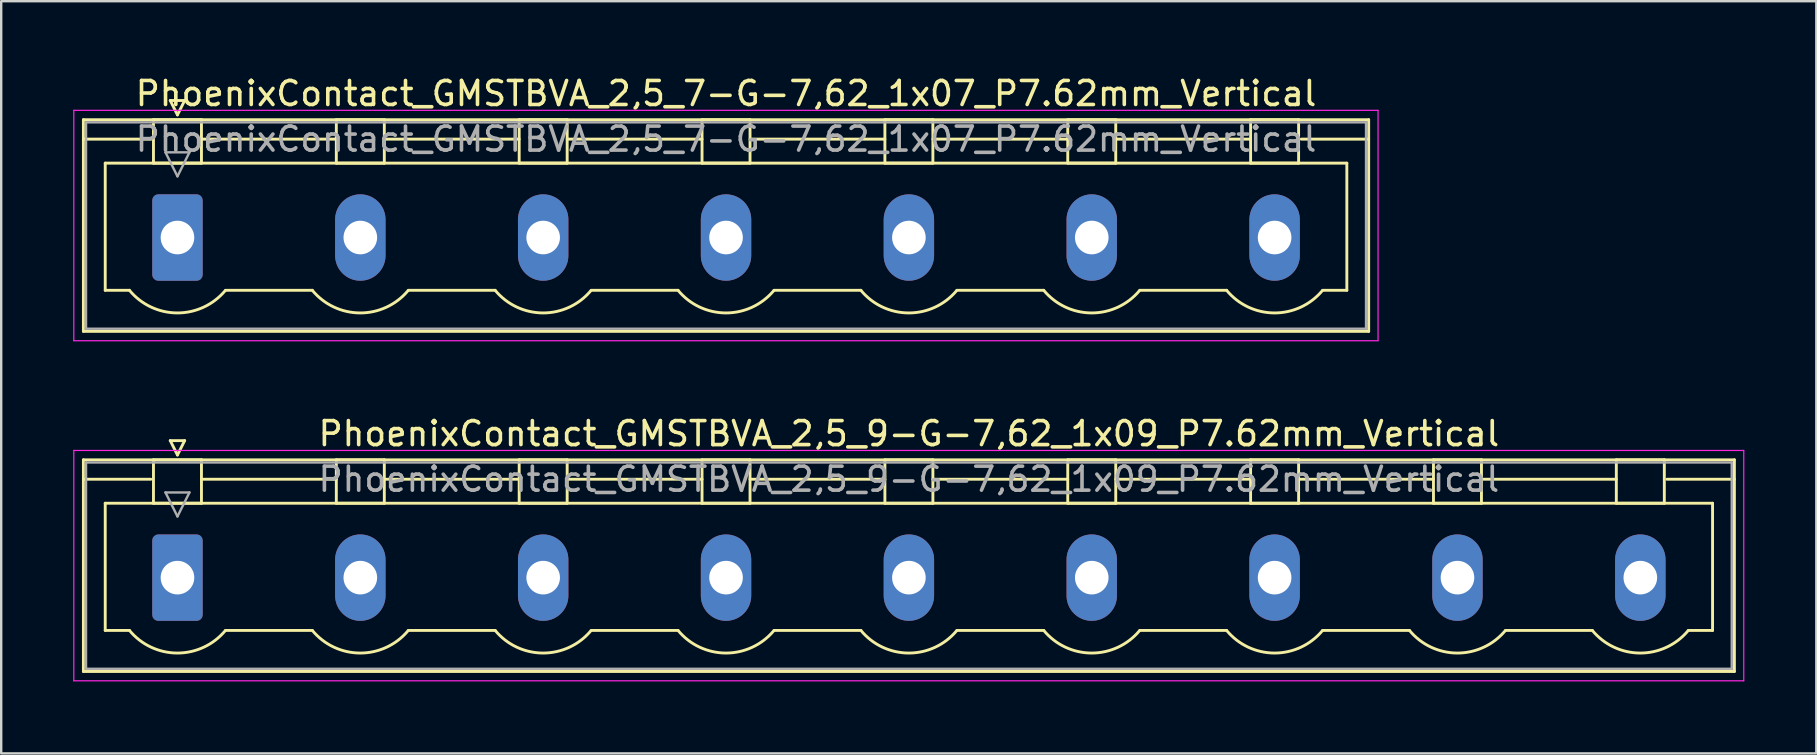
<source format=kicad_pcb>
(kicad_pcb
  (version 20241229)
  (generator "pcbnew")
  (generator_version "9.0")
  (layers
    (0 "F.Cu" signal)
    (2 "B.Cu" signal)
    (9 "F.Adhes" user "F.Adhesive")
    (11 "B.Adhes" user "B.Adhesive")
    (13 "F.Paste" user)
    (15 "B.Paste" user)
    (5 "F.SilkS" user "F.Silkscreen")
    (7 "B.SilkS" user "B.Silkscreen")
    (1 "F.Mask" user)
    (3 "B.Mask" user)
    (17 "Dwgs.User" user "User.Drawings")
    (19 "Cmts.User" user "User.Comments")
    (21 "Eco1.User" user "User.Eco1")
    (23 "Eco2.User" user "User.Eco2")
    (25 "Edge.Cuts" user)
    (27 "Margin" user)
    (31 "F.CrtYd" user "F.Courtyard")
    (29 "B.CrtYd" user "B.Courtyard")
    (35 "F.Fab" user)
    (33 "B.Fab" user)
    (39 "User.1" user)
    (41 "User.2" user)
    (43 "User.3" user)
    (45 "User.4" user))
  (footprint "PhoenixContact_GMSTBVA_2,5_9-G-7,62_1x09_P7.62mm_Vertical"
    (layer "F.Cu")
    (at 4.345 21.021)
    (property "Reference" "PhoenixContact_GMSTBVA_2,5_9-G-7,62_1x09_P7.62mm_Vertical" (at 30.48 -6 0) (layer "F.SilkS") (effects (font (size 1 1) (thickness 0.15))))
    (attr through_hole)
    (fp_line (start -3.92 -4.91) (end -3.92 3.91) (stroke (width 0.12) (type solid)) (layer "F.SilkS"))
    (fp_line (start -3.92 -4.1) (end -1.11 -4.1) (stroke (width 0.12) (type solid)) (layer "F.SilkS"))
    (fp_line (start -3.92 3.91) (end 64.88 3.91) (stroke (width 0.12) (type solid)) (layer "F.SilkS"))
    (fp_line (start -3.01 -3.1) (end 63.97 -3.1) (stroke (width 0.12) (type solid)) (layer "F.SilkS"))
    (fp_line (start -3.01 2.2) (end -3.01 -3.1) (stroke (width 0.12) (type solid)) (layer "F.SilkS"))
    (fp_line (start -2 2.2) (end -3.01 2.2) (stroke (width 0.12) (type solid)) (layer "F.SilkS"))
    (fp_line (start -1 -4.91) (end 1 -4.91) (stroke (width 0.12) (type solid)) (layer "F.SilkS"))
    (fp_line (start -1 -3.1) (end -1 -4.91) (stroke (width 0.12) (type solid)) (layer "F.SilkS"))
    (fp_line (start -0.3 -5.71) (end 0.3 -5.71) (stroke (width 0.12) (type solid)) (layer "F.SilkS"))
    (fp_line (start 0 -5.11) (end -0.3 -5.71) (stroke (width 0.12) (type solid)) (layer "F.SilkS"))
    (fp_line (start 0.3 -5.71) (end 0 -5.11) (stroke (width 0.12) (type solid)) (layer "F.SilkS"))
    (fp_line (start 1 -4.91) (end 1 -3.1) (stroke (width 0.12) (type solid)) (layer "F.SilkS"))
    (fp_line (start 1 -4.1) (end 6.62 -4.1) (stroke (width 0.12) (type solid)) (layer "F.SilkS"))
    (fp_line (start 1 -3.1) (end -1 -3.1) (stroke (width 0.12) (type solid)) (layer "F.SilkS"))
    (fp_line (start 2 2.2) (end 5.62 2.2) (stroke (width 0.12) (type solid)) (layer "F.SilkS"))
    (fp_line (start 6.62 -4.91) (end 8.62 -4.91) (stroke (width 0.12) (type solid)) (layer "F.SilkS"))
    (fp_line (start 6.62 -3.1) (end 6.62 -4.91) (stroke (width 0.12) (type solid)) (layer "F.SilkS"))
    (fp_line (start 8.62 -4.91) (end 8.62 -3.1) (stroke (width 0.12) (type solid)) (layer "F.SilkS"))
    (fp_line (start 8.62 -4.1) (end 14.24 -4.1) (stroke (width 0.12) (type solid)) (layer "F.SilkS"))
    (fp_line (start 8.62 -3.1) (end 6.62 -3.1) (stroke (width 0.12) (type solid)) (layer "F.SilkS"))
    (fp_line (start 9.62 2.2) (end 13.24 2.2) (stroke (width 0.12) (type solid)) (layer "F.SilkS"))
    (fp_line (start 14.24 -4.91) (end 16.24 -4.91) (stroke (width 0.12) (type solid)) (layer "F.SilkS"))
    (fp_line (start 14.24 -3.1) (end 14.24 -4.91) (stroke (width 0.12) (type solid)) (layer "F.SilkS"))
    (fp_line (start 16.24 -4.91) (end 16.24 -3.1) (stroke (width 0.12) (type solid)) (layer "F.SilkS"))
    (fp_line (start 16.24 -4.1) (end 21.86 -4.1) (stroke (width 0.12) (type solid)) (layer "F.SilkS"))
    (fp_line (start 16.24 -3.1) (end 14.24 -3.1) (stroke (width 0.12) (type solid)) (layer "F.SilkS"))
    (fp_line (start 17.24 2.2) (end 20.86 2.2) (stroke (width 0.12) (type solid)) (layer "F.SilkS"))
    (fp_line (start 21.86 -4.91) (end 23.86 -4.91) (stroke (width 0.12) (type solid)) (layer "F.SilkS"))
    (fp_line (start 21.86 -3.1) (end 21.86 -4.91) (stroke (width 0.12) (type solid)) (layer "F.SilkS"))
    (fp_line (start 23.86 -4.91) (end 23.86 -3.1) (stroke (width 0.12) (type solid)) (layer "F.SilkS"))
    (fp_line (start 23.86 -4.1) (end 29.48 -4.1) (stroke (width 0.12) (type solid)) (layer "F.SilkS"))
    (fp_line (start 23.86 -3.1) (end 21.86 -3.1) (stroke (width 0.12) (type solid)) (layer "F.SilkS"))
    (fp_line (start 24.86 2.2) (end 28.48 2.2) (stroke (width 0.12) (type solid)) (layer "F.SilkS"))
    (fp_line (start 29.48 -4.91) (end 31.48 -4.91) (stroke (width 0.12) (type solid)) (layer "F.SilkS"))
    (fp_line (start 29.48 -3.1) (end 29.48 -4.91) (stroke (width 0.12) (type solid)) (layer "F.SilkS"))
    (fp_line (start 31.48 -4.91) (end 31.48 -3.1) (stroke (width 0.12) (type solid)) (layer "F.SilkS"))
    (fp_line (start 31.48 -4.1) (end 37.1 -4.1) (stroke (width 0.12) (type solid)) (layer "F.SilkS"))
    (fp_line (start 31.48 -3.1) (end 29.48 -3.1) (stroke (width 0.12) (type solid)) (layer "F.SilkS"))
    (fp_line (start 32.48 2.2) (end 36.1 2.2) (stroke (width 0.12) (type solid)) (layer "F.SilkS"))
    (fp_line (start 37.1 -4.91) (end 39.1 -4.91) (stroke (width 0.12) (type solid)) (layer "F.SilkS"))
    (fp_line (start 37.1 -3.1) (end 37.1 -4.91) (stroke (width 0.12) (type solid)) (layer "F.SilkS"))
    (fp_line (start 39.1 -4.91) (end 39.1 -3.1) (stroke (width 0.12) (type solid)) (layer "F.SilkS"))
    (fp_line (start 39.1 -4.1) (end 44.72 -4.1) (stroke (width 0.12) (type solid)) (layer "F.SilkS"))
    (fp_line (start 39.1 -3.1) (end 37.1 -3.1) (stroke (width 0.12) (type solid)) (layer "F.SilkS"))
    (fp_line (start 40.1 2.2) (end 43.72 2.2) (stroke (width 0.12) (type solid)) (layer "F.SilkS"))
    (fp_line (start 44.72 -4.91) (end 46.72 -4.91) (stroke (width 0.12) (type solid)) (layer "F.SilkS"))
    (fp_line (start 44.72 -3.1) (end 44.72 -4.91) (stroke (width 0.12) (type solid)) (layer "F.SilkS"))
    (fp_line (start 46.72 -4.91) (end 46.72 -3.1) (stroke (width 0.12) (type solid)) (layer "F.SilkS"))
    (fp_line (start 46.72 -4.1) (end 52.34 -4.1) (stroke (width 0.12) (type solid)) (layer "F.SilkS"))
    (fp_line (start 46.72 -3.1) (end 44.72 -3.1) (stroke (width 0.12) (type solid)) (layer "F.SilkS"))
    (fp_line (start 47.72 2.2) (end 51.34 2.2) (stroke (width 0.12) (type solid)) (layer "F.SilkS"))
    (fp_line (start 52.34 -4.91) (end 54.34 -4.91) (stroke (width 0.12) (type solid)) (layer "F.SilkS"))
    (fp_line (start 52.34 -3.1) (end 52.34 -4.91) (stroke (width 0.12) (type solid)) (layer "F.SilkS"))
    (fp_line (start 54.34 -4.91) (end 54.34 -3.1) (stroke (width 0.12) (type solid)) (layer "F.SilkS"))
    (fp_line (start 54.34 -4.1) (end 59.96 -4.1) (stroke (width 0.12) (type solid)) (layer "F.SilkS"))
    (fp_line (start 54.34 -3.1) (end 52.34 -3.1) (stroke (width 0.12) (type solid)) (layer "F.SilkS"))
    (fp_line (start 55.34 2.2) (end 58.96 2.2) (stroke (width 0.12) (type solid)) (layer "F.SilkS"))
    (fp_line (start 59.96 -4.91) (end 61.96 -4.91) (stroke (width 0.12) (type solid)) (layer "F.SilkS"))
    (fp_line (start 59.96 -3.1) (end 59.96 -4.91) (stroke (width 0.12) (type solid)) (layer "F.SilkS"))
    (fp_line (start 61.96 -4.91) (end 61.96 -3.1) (stroke (width 0.12) (type solid)) (layer "F.SilkS"))
    (fp_line (start 61.96 -3.1) (end 59.96 -3.1) (stroke (width 0.12) (type solid)) (layer "F.SilkS"))
    (fp_line (start 63.97 -3.1) (end 63.97 2.2) (stroke (width 0.12) (type solid)) (layer "F.SilkS"))
    (fp_line (start 63.97 2.2) (end 62.96 2.2) (stroke (width 0.12) (type solid)) (layer "F.SilkS"))
    (fp_line (start 64.88 -4.91) (end -3.92 -4.91) (stroke (width 0.12) (type solid)) (layer "F.SilkS"))
    (fp_line (start 64.88 -4.1) (end 62.07 -4.1) (stroke (width 0.12) (type solid)) (layer "F.SilkS"))
    (fp_line (start 64.88 3.91) (end 64.88 -4.91) (stroke (width 0.12) (type solid)) (layer "F.SilkS"))
    (fp_arc (start 1.986842 2.215821) (mid -0.010289 3.142758) (end -2 2.2) (stroke (width 0.12) (type solid)) (layer "F.SilkS"))
    (fp_arc (start 9.606842 2.215821) (mid 7.609711 3.142758) (end 5.62 2.2) (stroke (width 0.12) (type solid)) (layer "F.SilkS"))
    (fp_arc (start 17.226842 2.215821) (mid 15.229711 3.142758) (end 13.24 2.2) (stroke (width 0.12) (type solid)) (layer "F.SilkS"))
    (fp_arc (start 24.846842 2.215821) (mid 22.849711 3.142758) (end 20.86 2.2) (stroke (width 0.12) (type solid)) (layer "F.SilkS"))
    (fp_arc (start 32.466842 2.215821) (mid 30.469711 3.142758) (end 28.48 2.2) (stroke (width 0.12) (type solid)) (layer "F.SilkS"))
    (fp_arc (start 40.086842 2.215821) (mid 38.089711 3.142758) (end 36.1 2.2) (stroke (width 0.12) (type solid)) (layer "F.SilkS"))
    (fp_arc (start 47.706842 2.215821) (mid 45.709711 3.142758) (end 43.72 2.2) (stroke (width 0.12) (type solid)) (layer "F.SilkS"))
    (fp_arc (start 55.326842 2.215821) (mid 53.329711 3.142758) (end 51.34 2.2) (stroke (width 0.12) (type solid)) (layer "F.SilkS"))
    (fp_arc (start 62.946842 2.215821) (mid 60.949711 3.142758) (end 58.96 2.2) (stroke (width 0.12) (type solid)) (layer "F.SilkS"))
    (fp_line (start -4.32 -5.3) (end -4.32 4.3) (stroke (width 0.05) (type solid)) (layer "F.CrtYd"))
    (fp_line (start -4.32 4.3) (end 65.27 4.3) (stroke (width 0.05) (type solid)) (layer "F.CrtYd"))
    (fp_line (start 65.27 -5.3) (end -4.32 -5.3) (stroke (width 0.05) (type solid)) (layer "F.CrtYd"))
    (fp_line (start 65.27 4.3) (end 65.27 -5.3) (stroke (width 0.05) (type solid)) (layer "F.CrtYd"))
    (fp_line (start -3.81 -4.8) (end -3.81 3.8) (stroke (width 0.1) (type solid)) (layer "F.Fab"))
    (fp_line (start -3.81 3.8) (end 64.77 3.8) (stroke (width 0.1) (type solid)) (layer "F.Fab"))
    (fp_line (start -0.5 -3.55) (end 0.5 -3.55) (stroke (width 0.1) (type solid)) (layer "F.Fab"))
    (fp_line (start 0 -2.55) (end -0.5 -3.55) (stroke (width 0.1) (type solid)) (layer "F.Fab"))
    (fp_line (start 0.5 -3.55) (end 0 -2.55) (stroke (width 0.1) (type solid)) (layer "F.Fab"))
    (fp_line (start 64.77 -4.8) (end -3.81 -4.8) (stroke (width 0.1) (type solid)) (layer "F.Fab"))
    (fp_line (start 64.77 3.8) (end 64.77 -4.8) (stroke (width 0.1) (type solid)) (layer "F.Fab"))
    (fp_text user "${REFERENCE}" (at 30.48 -4.1 0) (layer "F.Fab") (effects (font (size 1 1) (thickness 0.15))))
    (pad "1" thru_hole roundrect (at 0 0) (size 2.1 3.6) (drill 1.4) (layers "*.Cu" "*.Mask") (roundrect_rratio 0.119))
    (pad "2" thru_hole oval (at 7.62 0) (size 2.1 3.6) (drill 1.4) (layers "*.Cu" "*.Mask"))
    (pad "3" thru_hole oval (at 15.24 0) (size 2.1 3.6) (drill 1.4) (layers "*.Cu" "*.Mask"))
    (pad "4" thru_hole oval (at 22.86 0) (size 2.1 3.6) (drill 1.4) (layers "*.Cu" "*.Mask"))
    (pad "5" thru_hole oval (at 30.48 0) (size 2.1 3.6) (drill 1.4) (layers "*.Cu" "*.Mask"))
    (pad "6" thru_hole oval (at 38.1 0) (size 2.1 3.6) (drill 1.4) (layers "*.Cu" "*.Mask"))
    (pad "7" thru_hole oval (at 45.72 0) (size 2.1 3.6) (drill 1.4) (layers "*.Cu" "*.Mask"))
    (pad "8" thru_hole oval (at 53.34 0) (size 2.1 3.6) (drill 1.4) (layers "*.Cu" "*.Mask"))
    (pad "9" thru_hole oval (at 60.96 0) (size 2.1 3.6) (drill 1.4) (layers "*.Cu" "*.Mask")))
  (footprint "PhoenixContact_GMSTBVA_2,5_7-G-7,62_1x07_P7.62mm_Vertical"
    (layer "F.Cu")
    (at 4.345 6.848)
    (property "Reference" "PhoenixContact_GMSTBVA_2,5_7-G-7,62_1x07_P7.62mm_Vertical" (at 22.86 -6 0) (layer "F.SilkS") (effects (font (size 1 1) (thickness 0.15))))
    (attr through_hole)
    (fp_line (start -3.92 -4.91) (end -3.92 3.91) (stroke (width 0.12) (type solid)) (layer "F.SilkS"))
    (fp_line (start -3.92 -4.1) (end -1.11 -4.1) (stroke (width 0.12) (type solid)) (layer "F.SilkS"))
    (fp_line (start -3.92 3.91) (end 49.64 3.91) (stroke (width 0.12) (type solid)) (layer "F.SilkS"))
    (fp_line (start -3.01 -3.1) (end 48.73 -3.1) (stroke (width 0.12) (type solid)) (layer "F.SilkS"))
    (fp_line (start -3.01 2.2) (end -3.01 -3.1) (stroke (width 0.12) (type solid)) (layer "F.SilkS"))
    (fp_line (start -2 2.2) (end -3.01 2.2) (stroke (width 0.12) (type solid)) (layer "F.SilkS"))
    (fp_line (start -1 -4.91) (end 1 -4.91) (stroke (width 0.12) (type solid)) (layer "F.SilkS"))
    (fp_line (start -1 -3.1) (end -1 -4.91) (stroke (width 0.12) (type solid)) (layer "F.SilkS"))
    (fp_line (start -0.3 -5.71) (end 0.3 -5.71) (stroke (width 0.12) (type solid)) (layer "F.SilkS"))
    (fp_line (start 0 -5.11) (end -0.3 -5.71) (stroke (width 0.12) (type solid)) (layer "F.SilkS"))
    (fp_line (start 0.3 -5.71) (end 0 -5.11) (stroke (width 0.12) (type solid)) (layer "F.SilkS"))
    (fp_line (start 1 -4.91) (end 1 -3.1) (stroke (width 0.12) (type solid)) (layer "F.SilkS"))
    (fp_line (start 1 -4.1) (end 6.62 -4.1) (stroke (width 0.12) (type solid)) (layer "F.SilkS"))
    (fp_line (start 1 -3.1) (end -1 -3.1) (stroke (width 0.12) (type solid)) (layer "F.SilkS"))
    (fp_line (start 2 2.2) (end 5.62 2.2) (stroke (width 0.12) (type solid)) (layer "F.SilkS"))
    (fp_line (start 6.62 -4.91) (end 8.62 -4.91) (stroke (width 0.12) (type solid)) (layer "F.SilkS"))
    (fp_line (start 6.62 -3.1) (end 6.62 -4.91) (stroke (width 0.12) (type solid)) (layer "F.SilkS"))
    (fp_line (start 8.62 -4.91) (end 8.62 -3.1) (stroke (width 0.12) (type solid)) (layer "F.SilkS"))
    (fp_line (start 8.62 -4.1) (end 14.24 -4.1) (stroke (width 0.12) (type solid)) (layer "F.SilkS"))
    (fp_line (start 8.62 -3.1) (end 6.62 -3.1) (stroke (width 0.12) (type solid)) (layer "F.SilkS"))
    (fp_line (start 9.62 2.2) (end 13.24 2.2) (stroke (width 0.12) (type solid)) (layer "F.SilkS"))
    (fp_line (start 14.24 -4.91) (end 16.24 -4.91) (stroke (width 0.12) (type solid)) (layer "F.SilkS"))
    (fp_line (start 14.24 -3.1) (end 14.24 -4.91) (stroke (width 0.12) (type solid)) (layer "F.SilkS"))
    (fp_line (start 16.24 -4.91) (end 16.24 -3.1) (stroke (width 0.12) (type solid)) (layer "F.SilkS"))
    (fp_line (start 16.24 -4.1) (end 21.86 -4.1) (stroke (width 0.12) (type solid)) (layer "F.SilkS"))
    (fp_line (start 16.24 -3.1) (end 14.24 -3.1) (stroke (width 0.12) (type solid)) (layer "F.SilkS"))
    (fp_line (start 17.24 2.2) (end 20.86 2.2) (stroke (width 0.12) (type solid)) (layer "F.SilkS"))
    (fp_line (start 21.86 -4.91) (end 23.86 -4.91) (stroke (width 0.12) (type solid)) (layer "F.SilkS"))
    (fp_line (start 21.86 -3.1) (end 21.86 -4.91) (stroke (width 0.12) (type solid)) (layer "F.SilkS"))
    (fp_line (start 23.86 -4.91) (end 23.86 -3.1) (stroke (width 0.12) (type solid)) (layer "F.SilkS"))
    (fp_line (start 23.86 -4.1) (end 29.48 -4.1) (stroke (width 0.12) (type solid)) (layer "F.SilkS"))
    (fp_line (start 23.86 -3.1) (end 21.86 -3.1) (stroke (width 0.12) (type solid)) (layer "F.SilkS"))
    (fp_line (start 24.86 2.2) (end 28.48 2.2) (stroke (width 0.12) (type solid)) (layer "F.SilkS"))
    (fp_line (start 29.48 -4.91) (end 31.48 -4.91) (stroke (width 0.12) (type solid)) (layer "F.SilkS"))
    (fp_line (start 29.48 -3.1) (end 29.48 -4.91) (stroke (width 0.12) (type solid)) (layer "F.SilkS"))
    (fp_line (start 31.48 -4.91) (end 31.48 -3.1) (stroke (width 0.12) (type solid)) (layer "F.SilkS"))
    (fp_line (start 31.48 -4.1) (end 37.1 -4.1) (stroke (width 0.12) (type solid)) (layer "F.SilkS"))
    (fp_line (start 31.48 -3.1) (end 29.48 -3.1) (stroke (width 0.12) (type solid)) (layer "F.SilkS"))
    (fp_line (start 32.48 2.2) (end 36.1 2.2) (stroke (width 0.12) (type solid)) (layer "F.SilkS"))
    (fp_line (start 37.1 -4.91) (end 39.1 -4.91) (stroke (width 0.12) (type solid)) (layer "F.SilkS"))
    (fp_line (start 37.1 -3.1) (end 37.1 -4.91) (stroke (width 0.12) (type solid)) (layer "F.SilkS"))
    (fp_line (start 39.1 -4.91) (end 39.1 -3.1) (stroke (width 0.12) (type solid)) (layer "F.SilkS"))
    (fp_line (start 39.1 -4.1) (end 44.72 -4.1) (stroke (width 0.12) (type solid)) (layer "F.SilkS"))
    (fp_line (start 39.1 -3.1) (end 37.1 -3.1) (stroke (width 0.12) (type solid)) (layer "F.SilkS"))
    (fp_line (start 40.1 2.2) (end 43.72 2.2) (stroke (width 0.12) (type solid)) (layer "F.SilkS"))
    (fp_line (start 44.72 -4.91) (end 46.72 -4.91) (stroke (width 0.12) (type solid)) (layer "F.SilkS"))
    (fp_line (start 44.72 -3.1) (end 44.72 -4.91) (stroke (width 0.12) (type solid)) (layer "F.SilkS"))
    (fp_line (start 46.72 -4.91) (end 46.72 -3.1) (stroke (width 0.12) (type solid)) (layer "F.SilkS"))
    (fp_line (start 46.72 -3.1) (end 44.72 -3.1) (stroke (width 0.12) (type solid)) (layer "F.SilkS"))
    (fp_line (start 48.73 -3.1) (end 48.73 2.2) (stroke (width 0.12) (type solid)) (layer "F.SilkS"))
    (fp_line (start 48.73 2.2) (end 47.72 2.2) (stroke (width 0.12) (type solid)) (layer "F.SilkS"))
    (fp_line (start 49.64 -4.91) (end -3.92 -4.91) (stroke (width 0.12) (type solid)) (layer "F.SilkS"))
    (fp_line (start 49.64 -4.1) (end 46.83 -4.1) (stroke (width 0.12) (type solid)) (layer "F.SilkS"))
    (fp_line (start 49.64 3.91) (end 49.64 -4.91) (stroke (width 0.12) (type solid)) (layer "F.SilkS"))
    (fp_arc (start 1.986842 2.215821) (mid -0.010289 3.142758) (end -2 2.2) (stroke (width 0.12) (type solid)) (layer "F.SilkS"))
    (fp_arc (start 9.606842 2.215821) (mid 7.609711 3.142758) (end 5.62 2.2) (stroke (width 0.12) (type solid)) (layer "F.SilkS"))
    (fp_arc (start 17.226842 2.215821) (mid 15.229711 3.142758) (end 13.24 2.2) (stroke (width 0.12) (type solid)) (layer "F.SilkS"))
    (fp_arc (start 24.846842 2.215821) (mid 22.849711 3.142758) (end 20.86 2.2) (stroke (width 0.12) (type solid)) (layer "F.SilkS"))
    (fp_arc (start 32.466842 2.215821) (mid 30.469711 3.142758) (end 28.48 2.2) (stroke (width 0.12) (type solid)) (layer "F.SilkS"))
    (fp_arc (start 40.086842 2.215821) (mid 38.089711 3.142758) (end 36.1 2.2) (stroke (width 0.12) (type solid)) (layer "F.SilkS"))
    (fp_arc (start 47.706842 2.215821) (mid 45.709711 3.142758) (end 43.72 2.2) (stroke (width 0.12) (type solid)) (layer "F.SilkS"))
    (fp_line (start -4.32 -5.3) (end -4.32 4.3) (stroke (width 0.05) (type solid)) (layer "F.CrtYd"))
    (fp_line (start -4.32 4.3) (end 50.03 4.3) (stroke (width 0.05) (type solid)) (layer "F.CrtYd"))
    (fp_line (start 50.03 -5.3) (end -4.32 -5.3) (stroke (width 0.05) (type solid)) (layer "F.CrtYd"))
    (fp_line (start 50.03 4.3) (end 50.03 -5.3) (stroke (width 0.05) (type solid)) (layer "F.CrtYd"))
    (fp_line (start -3.81 -4.8) (end -3.81 3.8) (stroke (width 0.1) (type solid)) (layer "F.Fab"))
    (fp_line (start -3.81 3.8) (end 49.53 3.8) (stroke (width 0.1) (type solid)) (layer "F.Fab"))
    (fp_line (start -0.5 -3.55) (end 0.5 -3.55) (stroke (width 0.1) (type solid)) (layer "F.Fab"))
    (fp_line (start 0 -2.55) (end -0.5 -3.55) (stroke (width 0.1) (type solid)) (layer "F.Fab"))
    (fp_line (start 0.5 -3.55) (end 0 -2.55) (stroke (width 0.1) (type solid)) (layer "F.Fab"))
    (fp_line (start 49.53 -4.8) (end -3.81 -4.8) (stroke (width 0.1) (type solid)) (layer "F.Fab"))
    (fp_line (start 49.53 3.8) (end 49.53 -4.8) (stroke (width 0.1) (type solid)) (layer "F.Fab"))
    (fp_text user "${REFERENCE}" (at 22.86 -4.1 0) (layer "F.Fab") (effects (font (size 1 1) (thickness 0.15))))
    (pad "1" thru_hole roundrect (at 0 0) (size 2.1 3.6) (drill 1.4) (layers "*.Cu" "*.Mask") (roundrect_rratio 0.119))
    (pad "2" thru_hole oval (at 7.62 0) (size 2.1 3.6) (drill 1.4) (layers "*.Cu" "*.Mask"))
    (pad "3" thru_hole oval (at 15.24 0) (size 2.1 3.6) (drill 1.4) (layers "*.Cu" "*.Mask"))
    (pad "4" thru_hole oval (at 22.86 0) (size 2.1 3.6) (drill 1.4) (layers "*.Cu" "*.Mask"))
    (pad "5" thru_hole oval (at 30.48 0) (size 2.1 3.6) (drill 1.4) (layers "*.Cu" "*.Mask"))
    (pad "6" thru_hole oval (at 38.1 0) (size 2.1 3.6) (drill 1.4) (layers "*.Cu" "*.Mask"))
    (pad "7" thru_hole oval (at 45.72 0) (size 2.1 3.6) (drill 1.4) (layers "*.Cu" "*.Mask")))
  (gr_rect
    (start -3 -3)
    (end 72.64 28.346)
    (stroke (width 0.1) (type default))
    (fill no)
    (layer "Edge.Cuts")))
</source>
